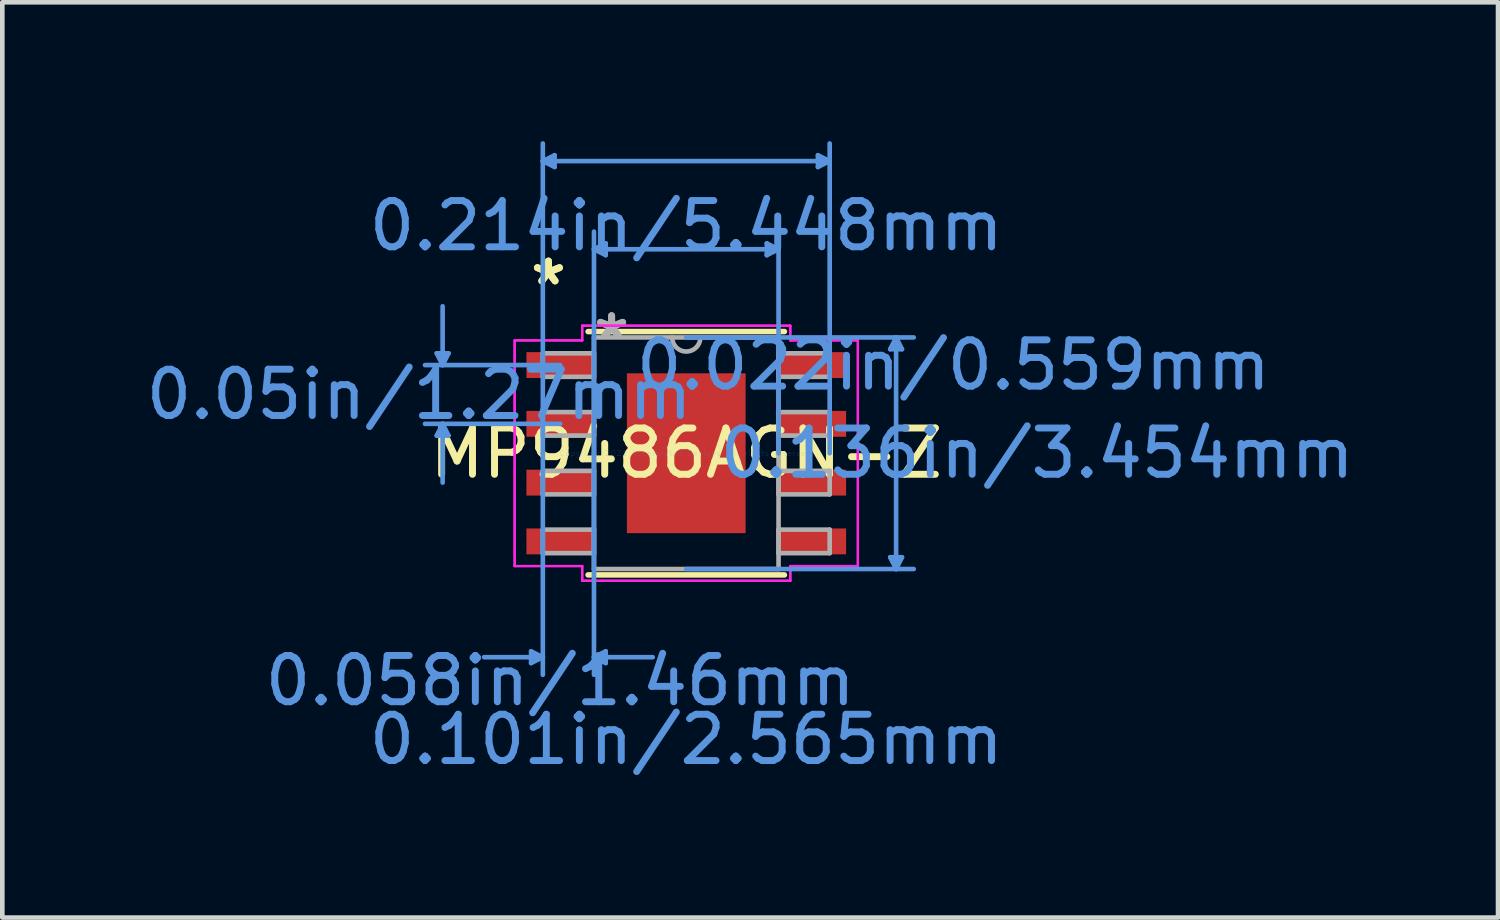
<source format=kicad_pcb>
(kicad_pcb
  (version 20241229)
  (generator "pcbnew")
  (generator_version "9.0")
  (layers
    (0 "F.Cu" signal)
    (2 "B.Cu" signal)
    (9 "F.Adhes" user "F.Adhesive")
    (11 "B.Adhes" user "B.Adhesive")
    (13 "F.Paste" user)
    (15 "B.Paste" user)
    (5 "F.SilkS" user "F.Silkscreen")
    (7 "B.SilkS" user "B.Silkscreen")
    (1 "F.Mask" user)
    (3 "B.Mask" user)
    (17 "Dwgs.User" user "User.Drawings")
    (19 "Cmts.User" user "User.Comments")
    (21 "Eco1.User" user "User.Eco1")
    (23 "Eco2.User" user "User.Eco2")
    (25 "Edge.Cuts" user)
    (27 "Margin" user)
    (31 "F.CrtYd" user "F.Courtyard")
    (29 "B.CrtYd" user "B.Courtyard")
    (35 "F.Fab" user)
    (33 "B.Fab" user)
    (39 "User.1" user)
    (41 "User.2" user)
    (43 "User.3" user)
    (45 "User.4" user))
  (footprint "MP9486AGN-Z"
    (layer "F.Cu")
    (at 11.778 6.743)
    (property "Reference" "MP9486AGN-Z" (at 0 0 0) (layer "F.SilkS") (effects (font (size 1 1) (thickness 0.15))))
    (attr through_hole)
    (fp_line (start -2.121 2.629) (end 2.121 2.629) (stroke (width 0.12) (type solid)) (layer "F.SilkS"))
    (fp_line (start 2.121 -2.629) (end -2.121 -2.629) (stroke (width 0.12) (type solid)) (layer "F.SilkS"))
    (fp_poly (pts (xy -1.183 -1.627) (xy -1.183 -0.1) (xy -0.1 -0.1) (xy -0.1 -1.627)) (stroke (width 0.1) (type solid)) (fill yes) (layer "F.Paste"))
    (fp_poly (pts (xy -1.183 0.1) (xy -1.183 1.627) (xy -0.1 1.627) (xy -0.1 0.1)) (stroke (width 0.1) (type solid)) (fill yes) (layer "F.Paste"))
    (fp_poly (pts (xy 0.1 -1.627) (xy 0.1 -0.1) (xy 1.183 -0.1) (xy 1.183 -1.627)) (stroke (width 0.1) (type solid)) (fill yes) (layer "F.Paste"))
    (fp_poly (pts (xy 0.1 0.1) (xy 0.1 1.627) (xy 1.183 1.627) (xy 1.183 0.1)) (stroke (width 0.1) (type solid)) (fill yes) (layer "F.Paste"))
    (fp_line (start -5.391 -2.159) (end -5.137 -2.159) (stroke (width 0.1) (type solid)) (layer "Cmts.User"))
    (fp_line (start -5.391 -0.381) (end -5.137 -0.381) (stroke (width 0.1) (type solid)) (layer "Cmts.User"))
    (fp_line (start -5.264 -1.905) (end -5.391 -2.159) (stroke (width 0.1) (type solid)) (layer "Cmts.User"))
    (fp_line (start -5.264 -1.905) (end -5.264 -3.175) (stroke (width 0.1) (type solid)) (layer "Cmts.User"))
    (fp_line (start -5.264 -1.905) (end -5.137 -2.159) (stroke (width 0.1) (type solid)) (layer "Cmts.User"))
    (fp_line (start -5.264 -0.635) (end -5.391 -0.381) (stroke (width 0.1) (type solid)) (layer "Cmts.User"))
    (fp_line (start -5.264 -0.635) (end -5.264 0.635) (stroke (width 0.1) (type solid)) (layer "Cmts.User"))
    (fp_line (start -5.264 -0.635) (end -5.137 -0.381) (stroke (width 0.1) (type solid)) (layer "Cmts.User"))
    (fp_line (start -3.353 4.28) (end -3.353 4.534) (stroke (width 0.1) (type solid)) (layer "Cmts.User"))
    (fp_line (start -3.099 -6.312) (end -2.845 -6.439) (stroke (width 0.1) (type solid)) (layer "Cmts.User"))
    (fp_line (start -3.099 -6.312) (end -2.845 -6.185) (stroke (width 0.1) (type solid)) (layer "Cmts.User"))
    (fp_line (start -3.099 -6.312) (end 3.099 -6.312) (stroke (width 0.1) (type solid)) (layer "Cmts.User"))
    (fp_line (start -3.099 0) (end -3.099 -6.693) (stroke (width 0.1) (type solid)) (layer "Cmts.User"))
    (fp_line (start -3.099 0) (end -3.099 4.788) (stroke (width 0.1) (type solid)) (layer "Cmts.User"))
    (fp_line (start -3.099 4.407) (end -4.369 4.407) (stroke (width 0.1) (type solid)) (layer "Cmts.User"))
    (fp_line (start -3.099 4.407) (end -3.353 4.28) (stroke (width 0.1) (type solid)) (layer "Cmts.User"))
    (fp_line (start -3.099 4.407) (end -3.353 4.534) (stroke (width 0.1) (type solid)) (layer "Cmts.User"))
    (fp_line (start -2.845 -6.439) (end -2.845 -6.185) (stroke (width 0.1) (type solid)) (layer "Cmts.User"))
    (fp_line (start -2.724 -1.905) (end -5.645 -1.905) (stroke (width 0.1) (type solid)) (layer "Cmts.User"))
    (fp_line (start -2.724 -0.635) (end -5.645 -0.635) (stroke (width 0.1) (type solid)) (layer "Cmts.User"))
    (fp_line (start -1.994 -4.407) (end -1.74 -4.534) (stroke (width 0.1) (type solid)) (layer "Cmts.User"))
    (fp_line (start -1.994 -4.407) (end -1.74 -4.28) (stroke (width 0.1) (type solid)) (layer "Cmts.User"))
    (fp_line (start -1.994 -4.407) (end 1.994 -4.407) (stroke (width 0.1) (type solid)) (layer "Cmts.User"))
    (fp_line (start -1.994 0) (end -1.994 -4.788) (stroke (width 0.1) (type solid)) (layer "Cmts.User"))
    (fp_line (start -1.994 0) (end -1.994 4.788) (stroke (width 0.1) (type solid)) (layer "Cmts.User"))
    (fp_line (start -1.994 4.407) (end -1.74 4.28) (stroke (width 0.1) (type solid)) (layer "Cmts.User"))
    (fp_line (start -1.994 4.407) (end -1.74 4.534) (stroke (width 0.1) (type solid)) (layer "Cmts.User"))
    (fp_line (start -1.994 4.407) (end -0.724 4.407) (stroke (width 0.1) (type solid)) (layer "Cmts.User"))
    (fp_line (start -1.74 -4.534) (end -1.74 -4.28) (stroke (width 0.1) (type solid)) (layer "Cmts.User"))
    (fp_line (start -1.74 4.28) (end -1.74 4.534) (stroke (width 0.1) (type solid)) (layer "Cmts.User"))
    (fp_line (start 0 -2.502) (end 4.915 -2.502) (stroke (width 0.1) (type solid)) (layer "Cmts.User"))
    (fp_line (start 0 2.502) (end 4.915 2.502) (stroke (width 0.1) (type solid)) (layer "Cmts.User"))
    (fp_line (start 1.74 -4.534) (end 1.74 -4.28) (stroke (width 0.1) (type solid)) (layer "Cmts.User"))
    (fp_line (start 1.994 -4.407) (end 1.74 -4.534) (stroke (width 0.1) (type solid)) (layer "Cmts.User"))
    (fp_line (start 1.994 -4.407) (end 1.74 -4.28) (stroke (width 0.1) (type solid)) (layer "Cmts.User"))
    (fp_line (start 1.994 0) (end 1.994 -4.788) (stroke (width 0.1) (type solid)) (layer "Cmts.User"))
    (fp_line (start 2.845 -6.439) (end 2.845 -6.185) (stroke (width 0.1) (type solid)) (layer "Cmts.User"))
    (fp_line (start 3.099 -6.312) (end 2.845 -6.439) (stroke (width 0.1) (type solid)) (layer "Cmts.User"))
    (fp_line (start 3.099 -6.312) (end 2.845 -6.185) (stroke (width 0.1) (type solid)) (layer "Cmts.User"))
    (fp_line (start 3.099 0) (end 3.099 -6.693) (stroke (width 0.1) (type solid)) (layer "Cmts.User"))
    (fp_line (start 4.407 -2.248) (end 4.661 -2.248) (stroke (width 0.1) (type solid)) (layer "Cmts.User"))
    (fp_line (start 4.407 2.248) (end 4.661 2.248) (stroke (width 0.1) (type solid)) (layer "Cmts.User"))
    (fp_line (start 4.534 -2.502) (end 4.407 -2.248) (stroke (width 0.1) (type solid)) (layer "Cmts.User"))
    (fp_line (start 4.534 -2.502) (end 4.534 2.502) (stroke (width 0.1) (type solid)) (layer "Cmts.User"))
    (fp_line (start 4.534 -2.502) (end 4.661 -2.248) (stroke (width 0.1) (type solid)) (layer "Cmts.User"))
    (fp_line (start 4.534 2.502) (end 4.407 2.248) (stroke (width 0.1) (type solid)) (layer "Cmts.User"))
    (fp_line (start 4.534 2.502) (end 4.661 2.248) (stroke (width 0.1) (type solid)) (layer "Cmts.User"))
    (fp_line (start -3.708 -2.438) (end -2.248 -2.438) (stroke (width 0.05) (type solid)) (layer "F.CrtYd"))
    (fp_line (start -3.708 -2.438) (end -2.248 -2.438) (stroke (width 0.05) (type solid)) (layer "F.CrtYd"))
    (fp_line (start -3.708 2.438) (end -3.708 -2.438) (stroke (width 0.05) (type solid)) (layer "F.CrtYd"))
    (fp_line (start -3.708 2.438) (end -3.708 -2.438) (stroke (width 0.05) (type solid)) (layer "F.CrtYd"))
    (fp_line (start -3.708 2.438) (end -2.248 2.438) (stroke (width 0.05) (type solid)) (layer "F.CrtYd"))
    (fp_line (start -2.248 -2.756) (end 2.248 -2.756) (stroke (width 0.05) (type solid)) (layer "F.CrtYd"))
    (fp_line (start -2.248 -2.756) (end 2.248 -2.756) (stroke (width 0.05) (type solid)) (layer "F.CrtYd"))
    (fp_line (start -2.248 -2.438) (end -2.248 -2.756) (stroke (width 0.05) (type solid)) (layer "F.CrtYd"))
    (fp_line (start -2.248 -2.438) (end -2.248 -2.756) (stroke (width 0.05) (type solid)) (layer "F.CrtYd"))
    (fp_line (start -2.248 2.438) (end -3.708 2.438) (stroke (width 0.05) (type solid)) (layer "F.CrtYd"))
    (fp_line (start -2.248 2.756) (end -2.248 2.438) (stroke (width 0.05) (type solid)) (layer "F.CrtYd"))
    (fp_line (start -2.248 2.756) (end -2.248 2.438) (stroke (width 0.05) (type solid)) (layer "F.CrtYd"))
    (fp_line (start 2.248 -2.756) (end 2.248 -2.438) (stroke (width 0.05) (type solid)) (layer "F.CrtYd"))
    (fp_line (start 2.248 -2.756) (end 2.248 -2.438) (stroke (width 0.05) (type solid)) (layer "F.CrtYd"))
    (fp_line (start 2.248 -2.438) (end 3.708 -2.438) (stroke (width 0.05) (type solid)) (layer "F.CrtYd"))
    (fp_line (start 2.248 2.438) (end 2.248 2.756) (stroke (width 0.05) (type solid)) (layer "F.CrtYd"))
    (fp_line (start 2.248 2.438) (end 2.248 2.756) (stroke (width 0.05) (type solid)) (layer "F.CrtYd"))
    (fp_line (start 2.248 2.756) (end -2.248 2.756) (stroke (width 0.05) (type solid)) (layer "F.CrtYd"))
    (fp_line (start 2.248 2.756) (end -2.248 2.756) (stroke (width 0.05) (type solid)) (layer "F.CrtYd"))
    (fp_line (start 3.708 -2.438) (end 2.248 -2.438) (stroke (width 0.05) (type solid)) (layer "F.CrtYd"))
    (fp_line (start 3.708 -2.438) (end 3.708 2.438) (stroke (width 0.05) (type solid)) (layer "F.CrtYd"))
    (fp_line (start 3.708 -2.438) (end 3.708 2.438) (stroke (width 0.05) (type solid)) (layer "F.CrtYd"))
    (fp_line (start 3.708 2.438) (end 2.248 2.438) (stroke (width 0.05) (type solid)) (layer "F.CrtYd"))
    (fp_line (start 3.708 2.438) (end 2.248 2.438) (stroke (width 0.05) (type solid)) (layer "F.CrtYd"))
    (fp_line (start -3.099 -2.159) (end -3.099 -1.651) (stroke (width 0.1) (type solid)) (layer "F.Fab"))
    (fp_line (start -3.099 -1.651) (end -1.994 -1.651) (stroke (width 0.1) (type solid)) (layer "F.Fab"))
    (fp_line (start -3.099 -0.889) (end -3.099 -0.381) (stroke (width 0.1) (type solid)) (layer "F.Fab"))
    (fp_line (start -3.099 -0.381) (end -1.994 -0.381) (stroke (width 0.1) (type solid)) (layer "F.Fab"))
    (fp_line (start -3.099 0.381) (end -3.099 0.889) (stroke (width 0.1) (type solid)) (layer "F.Fab"))
    (fp_line (start -3.099 0.889) (end -1.994 0.889) (stroke (width 0.1) (type solid)) (layer "F.Fab"))
    (fp_line (start -3.099 1.651) (end -3.099 2.159) (stroke (width 0.1) (type solid)) (layer "F.Fab"))
    (fp_line (start -3.099 2.159) (end -1.994 2.159) (stroke (width 0.1) (type solid)) (layer "F.Fab"))
    (fp_line (start -1.994 -2.502) (end -1.994 2.502) (stroke (width 0.1) (type solid)) (layer "F.Fab"))
    (fp_line (start -1.994 -2.159) (end -3.099 -2.159) (stroke (width 0.1) (type solid)) (layer "F.Fab"))
    (fp_line (start -1.994 -1.651) (end -1.994 -2.159) (stroke (width 0.1) (type solid)) (layer "F.Fab"))
    (fp_line (start -1.994 -0.889) (end -3.099 -0.889) (stroke (width 0.1) (type solid)) (layer "F.Fab"))
    (fp_line (start -1.994 -0.381) (end -1.994 -0.889) (stroke (width 0.1) (type solid)) (layer "F.Fab"))
    (fp_line (start -1.994 0.381) (end -3.099 0.381) (stroke (width 0.1) (type solid)) (layer "F.Fab"))
    (fp_line (start -1.994 0.889) (end -1.994 0.381) (stroke (width 0.1) (type solid)) (layer "F.Fab"))
    (fp_line (start -1.994 1.651) (end -3.099 1.651) (stroke (width 0.1) (type solid)) (layer "F.Fab"))
    (fp_line (start -1.994 2.159) (end -1.994 1.651) (stroke (width 0.1) (type solid)) (layer "F.Fab"))
    (fp_line (start -1.994 2.502) (end 1.994 2.502) (stroke (width 0.1) (type solid)) (layer "F.Fab"))
    (fp_line (start 1.994 -2.502) (end -1.994 -2.502) (stroke (width 0.1) (type solid)) (layer "F.Fab"))
    (fp_line (start 1.994 -2.159) (end 1.994 -1.651) (stroke (width 0.1) (type solid)) (layer "F.Fab"))
    (fp_line (start 1.994 -1.651) (end 3.099 -1.651) (stroke (width 0.1) (type solid)) (layer "F.Fab"))
    (fp_line (start 1.994 -0.889) (end 1.994 -0.381) (stroke (width 0.1) (type solid)) (layer "F.Fab"))
    (fp_line (start 1.994 -0.381) (end 3.099 -0.381) (stroke (width 0.1) (type solid)) (layer "F.Fab"))
    (fp_line (start 1.994 0.381) (end 1.994 0.889) (stroke (width 0.1) (type solid)) (layer "F.Fab"))
    (fp_line (start 1.994 0.889) (end 3.099 0.889) (stroke (width 0.1) (type solid)) (layer "F.Fab"))
    (fp_line (start 1.994 1.651) (end 1.994 2.159) (stroke (width 0.1) (type solid)) (layer "F.Fab"))
    (fp_line (start 1.994 2.159) (end 3.099 2.159) (stroke (width 0.1) (type solid)) (layer "F.Fab"))
    (fp_line (start 1.994 2.502) (end 1.994 -2.502) (stroke (width 0.1) (type solid)) (layer "F.Fab"))
    (fp_line (start 3.099 -2.159) (end 1.994 -2.159) (stroke (width 0.1) (type solid)) (layer "F.Fab"))
    (fp_line (start 3.099 -1.651) (end 3.099 -2.159) (stroke (width 0.1) (type solid)) (layer "F.Fab"))
    (fp_line (start 3.099 -0.889) (end 1.994 -0.889) (stroke (width 0.1) (type solid)) (layer "F.Fab"))
    (fp_line (start 3.099 -0.381) (end 3.099 -0.889) (stroke (width 0.1) (type solid)) (layer "F.Fab"))
    (fp_line (start 3.099 0.381) (end 1.994 0.381) (stroke (width 0.1) (type solid)) (layer "F.Fab"))
    (fp_line (start 3.099 0.889) (end 3.099 0.381) (stroke (width 0.1) (type solid)) (layer "F.Fab"))
    (fp_line (start 3.099 1.651) (end 1.994 1.651) (stroke (width 0.1) (type solid)) (layer "F.Fab"))
    (fp_line (start 3.099 2.159) (end 3.099 1.651) (stroke (width 0.1) (type solid)) (layer "F.Fab"))
    (fp_arc (start 0.3048 -2.5019) (mid 0 -2.1971) (end -0.3048 -2.5019) (stroke (width 0.1) (type solid)) (layer "F.Fab"))
    (fp_text user "*" (at -2.978 -3.607 0) (layer "F.SilkS") (effects (font (size 1 1) (thickness 0.15))))
    (fp_text user "*" (at -2.978 -3.607 0) (layer "F.SilkS") (effects (font (size 1 1) (thickness 0.15))))
    (fp_text user "0.101in/2.565mm" (at 0 6.185 0) (layer "Cmts.User") (effects (font (size 1 1) (thickness 0.15))))
    (fp_text user "0.136in/3.454mm" (at 7.582 0 0) (layer "Cmts.User") (effects (font (size 1 1) (thickness 0.15))))
    (fp_text user "0.022in/0.559mm" (at 5.772 -1.905 0) (layer "Cmts.User") (effects (font (size 1 1) (thickness 0.15))))
    (fp_text user "0.058in/1.46mm" (at -2.724 4.915 0) (layer "Cmts.User") (effects (font (size 1 1) (thickness 0.15))))
    (fp_text user "Copyright 2021 Accelerated Designs. All rights reserved." (at 0 0 0) (layer "Cmts.User") (effects (font (size 0.127 0.127) (thickness 0.002))))
    (fp_text user "0.05in/1.27mm" (at -5.772 -1.27 0) (layer "Cmts.User") (effects (font (size 1 1) (thickness 0.15))))
    (fp_text user "0.214in/5.448mm" (at 0 -4.915 0) (layer "Cmts.User") (effects (font (size 1 1) (thickness 0.15))))
    (fp_text user "*" (at -1.613 -2.426 0) (layer "F.Fab") (effects (font (size 1 1) (thickness 0.15))))
    (fp_text user "*" (at -1.613 -2.426 0) (layer "F.Fab") (effects (font (size 1 1) (thickness 0.15))))
    (pad "1" smd rect (at -2.724 -1.905) (size 1.46 0.559) (layers "F.Cu" "F.Mask" "F.Paste"))
    (pad "2" smd rect (at -2.724 -0.635) (size 1.46 0.559) (layers "F.Cu" "F.Mask" "F.Paste"))
    (pad "3" smd rect (at -2.724 0.635) (size 1.46 0.559) (layers "F.Cu" "F.Mask" "F.Paste"))
    (pad "4" smd rect (at -2.724 1.905) (size 1.46 0.559) (layers "F.Cu" "F.Mask" "F.Paste"))
    (pad "5" smd rect (at 2.724 1.905) (size 1.46 0.559) (layers "F.Cu" "F.Mask" "F.Paste"))
    (pad "6" smd rect (at 2.724 0.635) (size 1.46 0.559) (layers "F.Cu" "F.Mask" "F.Paste"))
    (pad "7" smd rect (at 2.724 -0.635) (size 1.46 0.559) (layers "F.Cu" "F.Mask" "F.Paste"))
    (pad "8" smd rect (at 2.724 -1.905) (size 1.46 0.559) (layers "F.Cu" "F.Mask" "F.Paste"))
    (pad "EPAD" smd rect (at 0 0) (size 2.565 3.454) (layers "F.Cu" "F.Mask")))
  (gr_rect
    (start -3 -3)
    (end 29.318 16.776)
    (stroke (width 0.1) (type default))
    (fill no)
    (layer "Edge.Cuts")))
</source>
